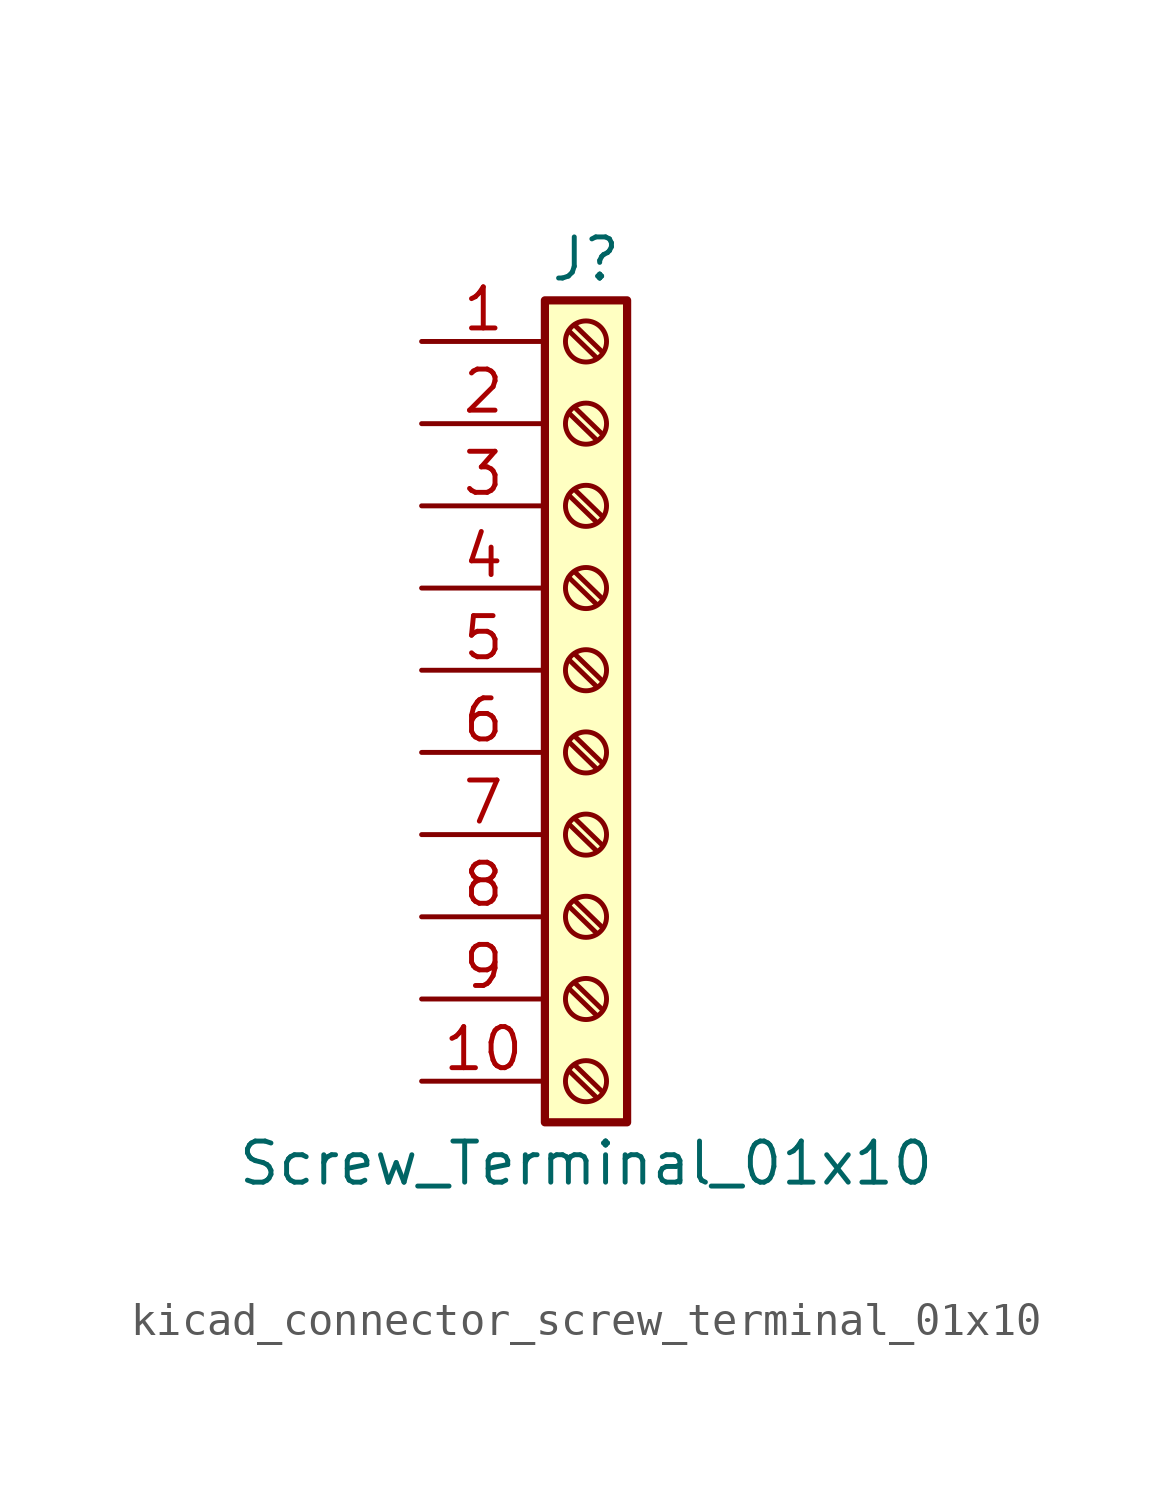
<source format=kicad_sym>
(kicad_symbol_lib
  (version 20220914)
  (generator kicad_symbol_editor)
  (symbol "kicad_connector_screw_terminal_01x10"
    (pin_names
      (offset 1.016) hide)
    (property "Reference" "J"
      (at 0 12.7 0)
      (effects (font (size 1.27 1.27))))
    (property "Value" "Screw_Terminal_01x10"
      (at 0 -15.24 0)
      (effects (font (size 1.27 1.27))))
    (symbol "kicad_connector_screw_terminal_01x10_1_1"
      (rectangle (start -1.27 11.43) (end 1.27 -13.97) (stroke (width 0.254) (type default)) (fill (type background)))
      (circle (center 0 -12.7) (radius 0.635) (stroke (width 0.152) (type default)) (fill (type none)))
      (circle (center 0 -10.16) (radius 0.635) (stroke (width 0.152) (type default)) (fill (type none)))
      (circle (center 0 -7.62) (radius 0.635) (stroke (width 0.152) (type default)) (fill (type none)))
      (circle (center 0 -5.08) (radius 0.635) (stroke (width 0.152) (type default)) (fill (type none)))
      (circle (center 0 -2.54) (radius 0.635) (stroke (width 0.152) (type default)) (fill (type none)))
      (polyline (pts (xy -0.533 -12.37) (xy 0.33 -13.208)) (stroke (width 0.152) (type default)) (fill (type none)))
      (polyline (pts (xy -0.533 -9.83) (xy 0.33 -10.668)) (stroke (width 0.152) (type default)) (fill (type none)))
      (polyline (pts (xy -0.533 -7.29) (xy 0.33 -8.128)) (stroke (width 0.152) (type default)) (fill (type none)))
      (polyline (pts (xy -0.533 -4.75) (xy 0.33 -5.588)) (stroke (width 0.152) (type default)) (fill (type none)))
      (polyline (pts (xy -0.533 -2.21) (xy 0.33 -3.048)) (stroke (width 0.152) (type default)) (fill (type none)))
      (polyline (pts (xy -0.533 0.33) (xy 0.33 -0.508)) (stroke (width 0.152) (type default)) (fill (type none)))
      (polyline (pts (xy -0.533 2.87) (xy 0.33 2.032)) (stroke (width 0.152) (type default)) (fill (type none)))
      (polyline (pts (xy -0.533 5.41) (xy 0.33 4.572)) (stroke (width 0.152) (type default)) (fill (type none)))
      (polyline (pts (xy -0.533 7.95) (xy 0.33 7.112)) (stroke (width 0.152) (type default)) (fill (type none)))
      (polyline (pts (xy -0.533 10.49) (xy 0.33 9.652)) (stroke (width 0.152) (type default)) (fill (type none)))
      (polyline (pts (xy -0.356 -12.192) (xy 0.508 -13.03)) (stroke (width 0.152) (type default)) (fill (type none)))
      (polyline (pts (xy -0.356 -9.652) (xy 0.508 -10.49)) (stroke (width 0.152) (type default)) (fill (type none)))
      (polyline (pts (xy -0.356 -7.112) (xy 0.508 -7.95)) (stroke (width 0.152) (type default)) (fill (type none)))
      (polyline (pts (xy -0.356 -4.572) (xy 0.508 -5.41)) (stroke (width 0.152) (type default)) (fill (type none)))
      (polyline (pts (xy -0.356 -2.032) (xy 0.508 -2.87)) (stroke (width 0.152) (type default)) (fill (type none)))
      (polyline (pts (xy -0.356 0.508) (xy 0.508 -0.33)) (stroke (width 0.152) (type default)) (fill (type none)))
      (polyline (pts (xy -0.356 3.048) (xy 0.508 2.21)) (stroke (width 0.152) (type default)) (fill (type none)))
      (polyline (pts (xy -0.356 5.588) (xy 0.508 4.75)) (stroke (width 0.152) (type default)) (fill (type none)))
      (polyline (pts (xy -0.356 8.128) (xy 0.508 7.29)) (stroke (width 0.152) (type default)) (fill (type none)))
      (polyline (pts (xy -0.356 10.668) (xy 0.508 9.83)) (stroke (width 0.152) (type default)) (fill (type none)))
      (circle (center 0 0) (radius 0.635) (stroke (width 0.152) (type default)) (fill (type none)))
      (circle (center 0 2.54) (radius 0.635) (stroke (width 0.152) (type default)) (fill (type none)))
      (circle (center 0 5.08) (radius 0.635) (stroke (width 0.152) (type default)) (fill (type none)))
      (circle (center 0 7.62) (radius 0.635) (stroke (width 0.152) (type default)) (fill (type none)))
      (circle (center 0 10.16) (radius 0.635) (stroke (width 0.152) (type default)) (fill (type none)))
      (pin passive line (at -5.08 10.16 0) (length 3.81) (name "Pin_1" (effects (font (size 1.27 1.27)))) (number "1" (effects (font (size 1.27 1.27)))))
      (pin passive line (at -5.08 -12.7 0) (length 3.81) (name "Pin_10" (effects (font (size 1.27 1.27)))) (number "10" (effects (font (size 1.27 1.27)))))
      (pin passive line (at -5.08 7.62 0) (length 3.81) (name "Pin_2" (effects (font (size 1.27 1.27)))) (number "2" (effects (font (size 1.27 1.27)))))
      (pin passive line (at -5.08 5.08 0) (length 3.81) (name "Pin_3" (effects (font (size 1.27 1.27)))) (number "3" (effects (font (size 1.27 1.27)))))
      (pin passive line (at -5.08 2.54 0) (length 3.81) (name "Pin_4" (effects (font (size 1.27 1.27)))) (number "4" (effects (font (size 1.27 1.27)))))
      (pin passive line (at -5.08 0 0) (length 3.81) (name "Pin_5" (effects (font (size 1.27 1.27)))) (number "5" (effects (font (size 1.27 1.27)))))
      (pin passive line (at -5.08 -2.54 0) (length 3.81) (name "Pin_6" (effects (font (size 1.27 1.27)))) (number "6" (effects (font (size 1.27 1.27)))))
      (pin passive line (at -5.08 -5.08 0) (length 3.81) (name "Pin_7" (effects (font (size 1.27 1.27)))) (number "7" (effects (font (size 1.27 1.27)))))
      (pin passive line (at -5.08 -7.62 0) (length 3.81) (name "Pin_8" (effects (font (size 1.27 1.27)))) (number "8" (effects (font (size 1.27 1.27)))))
      (pin passive line (at -5.08 -10.16 0) (length 3.81) (name "Pin_9" (effects (font (size 1.27 1.27)))) (number "9" (effects (font (size 1.27 1.27))))))))
</source>
